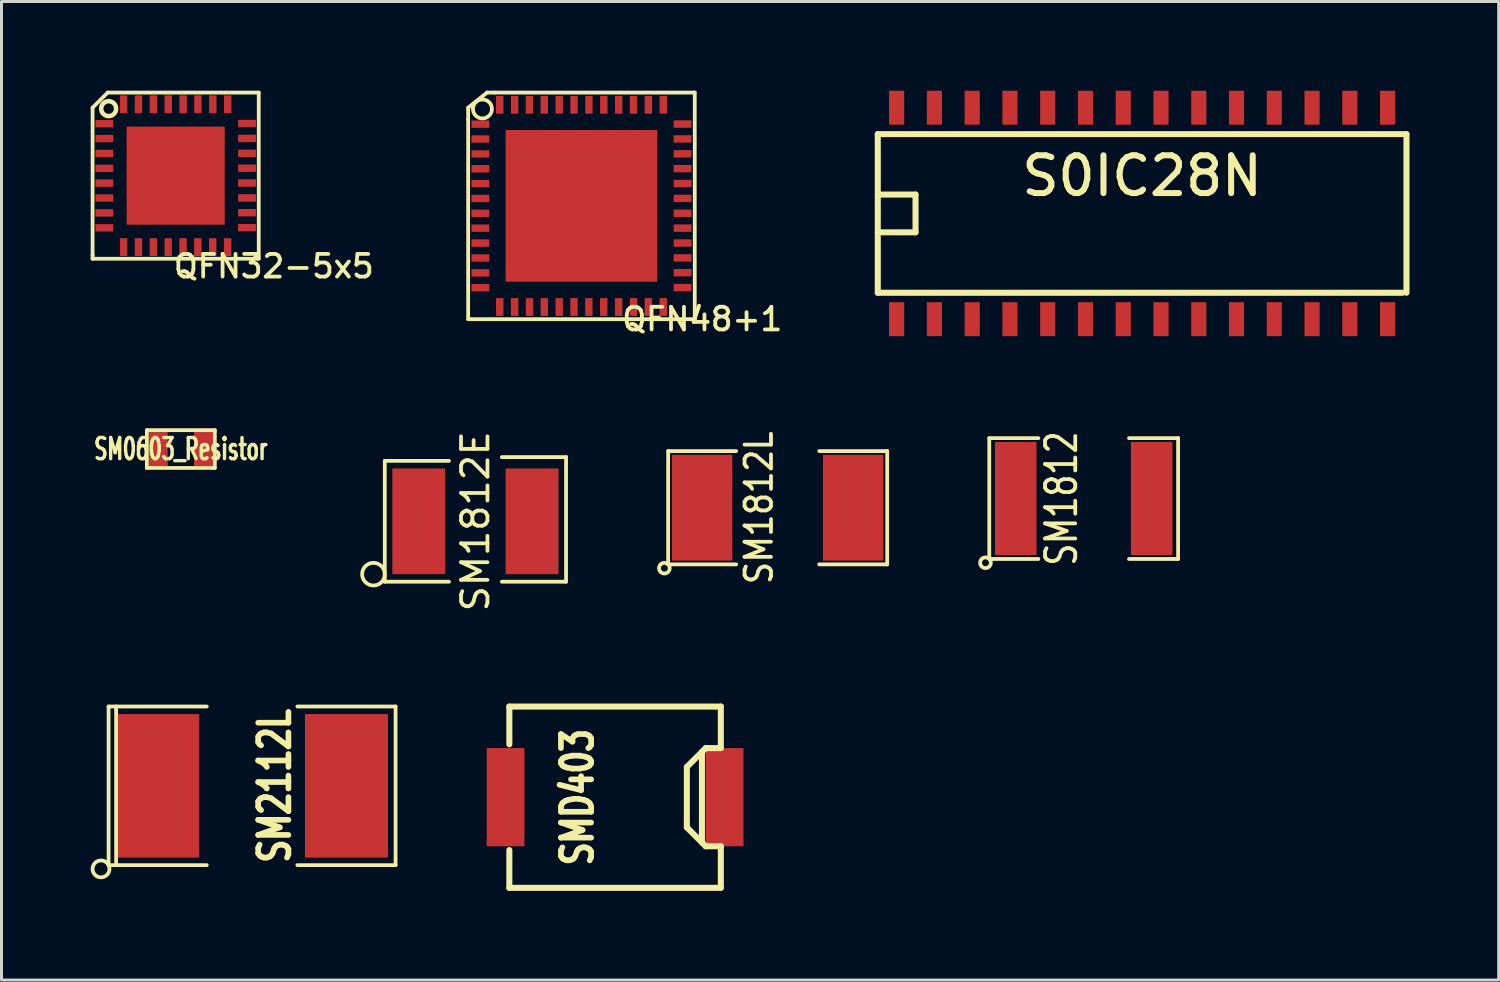
<source format=kicad_pcb>
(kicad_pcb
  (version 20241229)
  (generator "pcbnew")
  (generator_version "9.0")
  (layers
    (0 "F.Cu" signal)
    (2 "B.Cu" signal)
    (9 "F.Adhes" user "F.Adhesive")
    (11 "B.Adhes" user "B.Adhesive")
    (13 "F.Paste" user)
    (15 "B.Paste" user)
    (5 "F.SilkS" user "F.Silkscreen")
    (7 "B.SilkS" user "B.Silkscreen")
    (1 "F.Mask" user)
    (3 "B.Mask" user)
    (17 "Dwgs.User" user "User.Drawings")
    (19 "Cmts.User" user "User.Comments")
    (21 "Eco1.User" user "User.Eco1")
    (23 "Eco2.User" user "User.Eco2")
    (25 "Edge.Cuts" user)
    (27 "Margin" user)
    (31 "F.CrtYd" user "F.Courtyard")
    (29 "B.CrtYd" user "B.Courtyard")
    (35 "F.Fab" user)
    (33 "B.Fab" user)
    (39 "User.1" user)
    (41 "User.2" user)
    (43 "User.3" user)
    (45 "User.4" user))
  (footprint "SM0603_Resistor"
    (layer "F.Cu")
    (at 3.032 12.051)
    (property "Reference" "SM0603_Resistor" (at 0 0 0) (layer "F.SilkS") (effects (font (size 0.711 0.457) (thickness 0.114))))
    (attr smd)
    (fp_line (start -1.143 -0.635) (end 1.143 -0.635) (stroke (width 0.127) (type solid)) (layer "F.SilkS"))
    (fp_line (start -1.143 0.635) (end -1.143 -0.635) (stroke (width 0.127) (type solid)) (layer "F.SilkS"))
    (fp_line (start 1.143 -0.635) (end 1.143 0.635) (stroke (width 0.127) (type solid)) (layer "F.SilkS"))
    (fp_line (start 1.143 0.635) (end -1.143 0.635) (stroke (width 0.127) (type solid)) (layer "F.SilkS"))
    (pad "1" smd rect (at -0.762 0) (size 0.635 1.143) (layers "F.Cu" "F.Mask" "F.Paste"))
    (pad "2" smd rect (at 0.762 0) (size 0.635 1.143) (layers "F.Cu" "F.Mask" "F.Paste")))
  (footprint "SM1812E"
    (layer "F.Cu")
    (at 12.938 14.481)
    (property "Reference" "SM1812E" (at 0 0 90) (layer "F.SilkS") (effects (font (size 0.889 0.889) (thickness 0.127))))
    (attr smd)
    (fp_line (start -3.048 -2.032) (end -3.048 2.032) (stroke (width 0.127) (type solid)) (layer "F.SilkS"))
    (fp_line (start -3.048 2.032) (end -0.889 2.032) (stroke (width 0.127) (type solid)) (layer "F.SilkS"))
    (fp_line (start -0.889 -2.032) (end -3.048 -2.032) (stroke (width 0.127) (type solid)) (layer "F.SilkS"))
    (fp_line (start 0.889 -2.159) (end 3.048 -2.159) (stroke (width 0.127) (type solid)) (layer "F.SilkS"))
    (fp_line (start 3.048 -2.159) (end 3.048 2.032) (stroke (width 0.127) (type solid)) (layer "F.SilkS"))
    (fp_line (start 3.048 2.032) (end 0.889 2.032) (stroke (width 0.127) (type solid)) (layer "F.SilkS"))
    (fp_circle (center -3.429 1.778) (end -3.048 1.778) (stroke (width 0.127) (type solid)) (fill no) (layer "F.SilkS"))
    (pad "1" smd rect (at -1.905 0) (size 1.778 3.556) (layers "F.Cu" "F.Mask" "F.Paste"))
    (pad "2" smd rect (at 1.905 0) (size 1.778 3.556) (layers "F.Cu" "F.Mask" "F.Paste")))
  (footprint "QFN48+1"
    (layer "F.Cu")
    (at 16.504 3.873)
    (property "Reference" "QFN48+1" (at 4.064 3.81 0) (layer "F.SilkS") (effects (font (size 0.762 0.762) (thickness 0.127))))
    (attr smd)
    (fp_line (start -3.81 -3.302) (end -3.81 -2.921) (stroke (width 0.127) (type solid)) (layer "F.SilkS"))
    (fp_line (start -3.81 3.81) (end -3.81 -2.921) (stroke (width 0.127) (type solid)) (layer "F.SilkS"))
    (fp_line (start -3.175 -3.81) (end -3.81 -3.302) (stroke (width 0.127) (type solid)) (layer "F.SilkS"))
    (fp_line (start -2.921 -3.81) (end -3.175 -3.81) (stroke (width 0.127) (type solid)) (layer "F.SilkS"))
    (fp_line (start -2.921 -3.81) (end 3.81 -3.81) (stroke (width 0.127) (type solid)) (layer "F.SilkS"))
    (fp_line (start 3.81 -3.81) (end 3.81 3.81) (stroke (width 0.127) (type solid)) (layer "F.SilkS"))
    (fp_line (start 3.81 3.81) (end -3.81 3.81) (stroke (width 0.127) (type solid)) (layer "F.SilkS"))
    (fp_circle (center -3.33 -3.259) (end -3.432 -3.561) (stroke (width 0.127) (type solid)) (fill no) (layer "F.SilkS"))
    (pad "1" smd rect (at -3.399 -2.748) (size 0.599 0.249) (layers "F.Cu" "F.Mask" "F.Paste"))
    (pad "2" smd rect (at -3.399 -2.248) (size 0.599 0.249) (layers "F.Cu" "F.Mask" "F.Paste"))
    (pad "3" smd rect (at -3.399 -1.748) (size 0.599 0.249) (layers "F.Cu" "F.Mask" "F.Paste"))
    (pad "4" smd rect (at -3.399 -1.247) (size 0.599 0.249) (layers "F.Cu" "F.Mask" "F.Paste"))
    (pad "5" smd rect (at -3.399 -0.749) (size 0.599 0.249) (layers "F.Cu" "F.Mask" "F.Paste"))
    (pad "6" smd rect (at -3.399 -0.249) (size 0.599 0.249) (layers "F.Cu" "F.Mask" "F.Paste"))
    (pad "7" smd rect (at -3.399 0.251) (size 0.599 0.249) (layers "F.Cu" "F.Mask" "F.Paste"))
    (pad "8" smd rect (at -3.399 0.752) (size 0.599 0.249) (layers "F.Cu" "F.Mask" "F.Paste"))
    (pad "9" smd rect (at -3.399 1.252) (size 0.599 0.249) (layers "F.Cu" "F.Mask" "F.Paste"))
    (pad "10" smd rect (at -3.399 1.753) (size 0.599 0.249) (layers "F.Cu" "F.Mask" "F.Paste"))
    (pad "11" smd rect (at -3.399 2.253) (size 0.599 0.249) (layers "F.Cu" "F.Mask" "F.Paste"))
    (pad "12" smd rect (at -3.399 2.751) (size 0.599 0.249) (layers "F.Cu" "F.Mask" "F.Paste"))
    (pad "13" smd rect (at -2.748 3.401) (size 0.249 0.599) (layers "F.Cu" "F.Mask" "F.Paste"))
    (pad "14" smd rect (at -2.248 3.401) (size 0.249 0.599) (layers "F.Cu" "F.Mask" "F.Paste"))
    (pad "15" smd rect (at -1.748 3.401) (size 0.249 0.599) (layers "F.Cu" "F.Mask" "F.Paste"))
    (pad "16" smd rect (at -1.25 3.401) (size 0.249 0.599) (layers "F.Cu" "F.Mask" "F.Paste"))
    (pad "17" smd rect (at -0.749 3.401) (size 0.249 0.599) (layers "F.Cu" "F.Mask" "F.Paste"))
    (pad "18" smd rect (at -0.251 3.401) (size 0.249 0.599) (layers "F.Cu" "F.Mask" "F.Paste"))
    (pad "19" smd rect (at 0.249 3.401) (size 0.249 0.599) (layers "F.Cu" "F.Mask" "F.Paste"))
    (pad "20" smd rect (at 0.749 3.401) (size 0.249 0.599) (layers "F.Cu" "F.Mask" "F.Paste"))
    (pad "21" smd rect (at 1.25 3.401) (size 0.249 0.599) (layers "F.Cu" "F.Mask" "F.Paste"))
    (pad "22" smd rect (at 1.75 3.401) (size 0.249 0.599) (layers "F.Cu" "F.Mask" "F.Paste"))
    (pad "23" smd rect (at 2.25 3.401) (size 0.249 0.599) (layers "F.Cu" "F.Mask" "F.Paste"))
    (pad "24" smd rect (at 2.751 3.401) (size 0.249 0.599) (layers "F.Cu" "F.Mask" "F.Paste"))
    (pad "25" smd rect (at 3.399 2.748) (size 0.599 0.249) (layers "F.Cu" "F.Mask" "F.Paste"))
    (pad "26" smd rect (at 3.401 2.248) (size 0.599 0.249) (layers "F.Cu" "F.Mask" "F.Paste"))
    (pad "27" smd rect (at 3.401 1.75) (size 0.599 0.249) (layers "F.Cu" "F.Mask" "F.Paste"))
    (pad "28" smd rect (at 3.401 1.25) (size 0.599 0.249) (layers "F.Cu" "F.Mask" "F.Paste"))
    (pad "29" smd rect (at 3.401 0.749) (size 0.599 0.249) (layers "F.Cu" "F.Mask" "F.Paste"))
    (pad "30" smd rect (at 3.401 0.249) (size 0.599 0.249) (layers "F.Cu" "F.Mask" "F.Paste"))
    (pad "31" smd rect (at 3.401 -0.251) (size 0.599 0.249) (layers "F.Cu" "F.Mask" "F.Paste"))
    (pad "32" smd rect (at 3.401 -0.752) (size 0.599 0.249) (layers "F.Cu" "F.Mask" "F.Paste"))
    (pad "33" smd rect (at 3.399 -1.252) (size 0.599 0.249) (layers "F.Cu" "F.Mask" "F.Paste"))
    (pad "34" smd rect (at 3.399 -1.75) (size 0.599 0.249) (layers "F.Cu" "F.Mask" "F.Paste"))
    (pad "35" smd rect (at 3.399 -2.25) (size 0.599 0.249) (layers "F.Cu" "F.Mask" "F.Paste"))
    (pad "36" smd rect (at 3.399 -2.751) (size 0.599 0.249) (layers "F.Cu" "F.Mask" "F.Paste"))
    (pad "37" smd rect (at 2.751 -3.399) (size 0.249 0.599) (layers "F.Cu" "F.Mask" "F.Paste"))
    (pad "38" smd rect (at 2.25 -3.399) (size 0.249 0.599) (layers "F.Cu" "F.Mask" "F.Paste"))
    (pad "39" smd rect (at 1.75 -3.399) (size 0.249 0.599) (layers "F.Cu" "F.Mask" "F.Paste"))
    (pad "40" smd rect (at 1.252 -3.399) (size 0.249 0.599) (layers "F.Cu" "F.Mask" "F.Paste"))
    (pad "41" smd rect (at 0.752 -3.399) (size 0.249 0.599) (layers "F.Cu" "F.Mask" "F.Paste"))
    (pad "42" smd rect (at 0.251 -3.399) (size 0.249 0.599) (layers "F.Cu" "F.Mask" "F.Paste"))
    (pad "43" smd rect (at -0.249 -3.399) (size 0.249 0.599) (layers "F.Cu" "F.Mask" "F.Paste"))
    (pad "44" smd rect (at -0.749 -3.399) (size 0.249 0.599) (layers "F.Cu" "F.Mask" "F.Paste"))
    (pad "45" smd rect (at -1.25 -3.399) (size 0.249 0.599) (layers "F.Cu" "F.Mask" "F.Paste"))
    (pad "46" smd rect (at -1.75 -3.399) (size 0.249 0.599) (layers "F.Cu" "F.Mask" "F.Paste"))
    (pad "47" smd rect (at -2.248 -3.399) (size 0.249 0.599) (layers "F.Cu" "F.Mask" "F.Paste"))
    (pad "48" smd rect (at -2.748 -3.399) (size 0.249 0.599) (layers "F.Cu" "F.Mask" "F.Paste"))
    (pad "49" smd rect (at 0 0) (size 5.1 5.1) (layers "F.Cu" "F.Mask" "F.Paste")))
  (footprint "SMD403"
    (layer "F.Cu")
    (at 17.635 23.759)
    (property "Reference" "SMD403" (at -1.265 0 90) (layer "F.SilkS") (effects (font (size 1.016 0.762) (thickness 0.203))))
    (attr smd)
    (fp_line (start -3.556 -3.048) (end -3.556 -1.778) (stroke (width 0.203) (type solid)) (layer "F.SilkS"))
    (fp_line (start -3.556 -3.048) (end 3.556 -3.048) (stroke (width 0.203) (type solid)) (layer "F.SilkS"))
    (fp_line (start -3.556 3.048) (end -3.556 1.778) (stroke (width 0.203) (type solid)) (layer "F.SilkS"))
    (fp_line (start 2.413 1.016) (end 2.413 -1.016) (stroke (width 0.203) (type solid)) (layer "F.SilkS"))
    (fp_line (start 2.921 -1.524) (end 2.921 1.524) (stroke (width 0.203) (type solid)) (layer "F.SilkS"))
    (fp_line (start 3.048 -1.651) (end 2.413 -1.016) (stroke (width 0.203) (type solid)) (layer "F.SilkS"))
    (fp_line (start 3.048 1.651) (end 2.413 1.016) (stroke (width 0.203) (type solid)) (layer "F.SilkS"))
    (fp_line (start 3.556 -1.651) (end 3.048 -1.651) (stroke (width 0.203) (type solid)) (layer "F.SilkS"))
    (fp_line (start 3.556 -1.651) (end 3.556 -3.048) (stroke (width 0.203) (type solid)) (layer "F.SilkS"))
    (fp_line (start 3.556 1.651) (end 3.048 1.651) (stroke (width 0.203) (type solid)) (layer "F.SilkS"))
    (fp_line (start 3.556 3.048) (end -3.556 3.048) (stroke (width 0.203) (type solid)) (layer "F.SilkS"))
    (fp_line (start 3.556 3.048) (end 3.556 1.651) (stroke (width 0.203) (type solid)) (layer "F.SilkS"))
    (pad "1" smd rect (at -3.683 0) (size 1.27 3.302) (layers "F.Cu" "F.Mask" "F.Paste"))
    (pad "2" smd rect (at 3.683 0) (size 1.27 3.302) (layers "F.Cu" "F.Mask" "F.Paste")))
  (footprint "SM1812"
    (layer "F.Cu")
    (at 33.394 13.716)
    (property "Reference" "SM1812" (at -0.747 0 90) (layer "F.SilkS") (effects (font (size 1.016 0.762) (thickness 0.127))))
    (attr smd)
    (fp_line (start -3.175 -2.032) (end -3.175 2.032) (stroke (width 0.127) (type solid)) (layer "F.SilkS"))
    (fp_line (start -3.175 2.032) (end -1.524 2.032) (stroke (width 0.127) (type solid)) (layer "F.SilkS"))
    (fp_line (start -1.524 -2.032) (end -3.175 -2.032) (stroke (width 0.127) (type solid)) (layer "F.SilkS"))
    (fp_line (start 1.524 2.032) (end 3.175 2.032) (stroke (width 0.127) (type solid)) (layer "F.SilkS"))
    (fp_line (start 3.175 -2.032) (end 1.524 -2.032) (stroke (width 0.127) (type solid)) (layer "F.SilkS"))
    (fp_line (start 3.175 2.032) (end 3.175 -2.032) (stroke (width 0.127) (type solid)) (layer "F.SilkS"))
    (fp_circle (center -3.302 2.159) (end -3.175 2.032) (stroke (width 0.127) (type solid)) (fill no) (layer "F.SilkS"))
    (pad "1" smd rect (at -2.286 0) (size 1.397 3.81) (layers "F.Cu" "F.Mask" "F.Paste"))
    (pad "2" smd rect (at 2.286 0) (size 1.397 3.81) (layers "F.Cu" "F.Mask" "F.Paste")))
  (footprint "S0IC28N"
    (layer "F.Cu")
    (at 35.359 4.128)
    (property "Reference" "S0IC28N" (at 0 -1.262 0) (layer "F.SilkS") (effects (font (size 1.27 1.27) (thickness 0.203))))
    (attr smd)
    (fp_line (start -8.89 -2.667) (end -8.89 2.667) (stroke (width 0.203) (type solid)) (layer "F.SilkS"))
    (fp_line (start -8.89 -2.667) (end 8.89 -2.667) (stroke (width 0.203) (type solid)) (layer "F.SilkS"))
    (fp_line (start -8.89 -0.635) (end -7.62 -0.635) (stroke (width 0.203) (type solid)) (layer "F.SilkS"))
    (fp_line (start -7.62 -0.635) (end -7.62 0.635) (stroke (width 0.203) (type solid)) (layer "F.SilkS"))
    (fp_line (start -7.62 0.635) (end -8.89 0.635) (stroke (width 0.203) (type solid)) (layer "F.SilkS"))
    (fp_line (start 8.763 2.667) (end -8.89 2.667) (stroke (width 0.203) (type solid)) (layer "F.SilkS"))
    (fp_line (start 8.89 2.667) (end 8.89 -2.667) (stroke (width 0.203) (type solid)) (layer "F.SilkS"))
    (pad "1" smd rect (at -8.255 3.556) (size 0.508 1.143) (layers "F.Cu" "F.Mask" "F.Paste"))
    (pad "2" smd rect (at -6.985 3.556) (size 0.508 1.143) (layers "F.Cu" "F.Mask" "F.Paste"))
    (pad "3" smd rect (at -5.715 3.556) (size 0.508 1.143) (layers "F.Cu" "F.Mask" "F.Paste"))
    (pad "4" smd rect (at -4.445 3.556) (size 0.508 1.143) (layers "F.Cu" "F.Mask" "F.Paste"))
    (pad "5" smd rect (at -3.175 3.556) (size 0.508 1.143) (layers "F.Cu" "F.Mask" "F.Paste"))
    (pad "6" smd rect (at -1.905 3.556) (size 0.508 1.143) (layers "F.Cu" "F.Mask" "F.Paste"))
    (pad "7" smd rect (at -0.635 3.556) (size 0.508 1.143) (layers "F.Cu" "F.Mask" "F.Paste"))
    (pad "8" smd rect (at 0.635 3.556) (size 0.508 1.143) (layers "F.Cu" "F.Mask" "F.Paste"))
    (pad "9" smd rect (at 1.905 3.556) (size 0.508 1.143) (layers "F.Cu" "F.Mask" "F.Paste"))
    (pad "10" smd rect (at 3.175 3.556) (size 0.508 1.143) (layers "F.Cu" "F.Mask" "F.Paste"))
    (pad "11" smd rect (at 4.445 3.556) (size 0.508 1.143) (layers "F.Cu" "F.Mask" "F.Paste"))
    (pad "12" smd rect (at 5.715 3.556) (size 0.508 1.143) (layers "F.Cu" "F.Mask" "F.Paste"))
    (pad "13" smd rect (at 6.985 3.556) (size 0.508 1.143) (layers "F.Cu" "F.Mask" "F.Paste"))
    (pad "14" smd rect (at 8.255 3.556) (size 0.508 1.143) (layers "F.Cu" "F.Mask" "F.Paste"))
    (pad "15" smd rect (at 8.255 -3.556) (size 0.508 1.143) (layers "F.Cu" "F.Mask" "F.Paste"))
    (pad "16" smd rect (at 6.985 -3.556) (size 0.508 1.143) (layers "F.Cu" "F.Mask" "F.Paste"))
    (pad "17" smd rect (at 5.715 -3.556) (size 0.508 1.143) (layers "F.Cu" "F.Mask" "F.Paste"))
    (pad "18" smd rect (at 4.445 -3.556) (size 0.508 1.143) (layers "F.Cu" "F.Mask" "F.Paste"))
    (pad "19" smd rect (at 3.175 -3.556) (size 0.508 1.143) (layers "F.Cu" "F.Mask" "F.Paste"))
    (pad "20" smd rect (at 1.905 -3.556) (size 0.508 1.143) (layers "F.Cu" "F.Mask" "F.Paste"))
    (pad "21" smd rect (at 0.635 -3.556) (size 0.508 1.143) (layers "F.Cu" "F.Mask" "F.Paste"))
    (pad "22" smd rect (at -0.635 -3.556) (size 0.508 1.143) (layers "F.Cu" "F.Mask" "F.Paste"))
    (pad "23" smd rect (at -1.905 -3.556) (size 0.508 1.143) (layers "F.Cu" "F.Mask" "F.Paste"))
    (pad "24" smd rect (at -3.175 -3.556) (size 0.508 1.143) (layers "F.Cu" "F.Mask" "F.Paste"))
    (pad "25" smd rect (at -4.445 -3.556) (size 0.508 1.143) (layers "F.Cu" "F.Mask" "F.Paste"))
    (pad "26" smd rect (at -5.715 -3.556) (size 0.508 1.143) (layers "F.Cu" "F.Mask" "F.Paste"))
    (pad "27" smd rect (at -6.985 -3.556) (size 0.508 1.143) (layers "F.Cu" "F.Mask" "F.Paste"))
    (pad "28" smd rect (at -8.255 -3.556) (size 0.508 1.143) (layers "F.Cu" "F.Mask" "F.Paste")))
  (footprint "QFN32-5x5"
    (layer "F.Cu")
    (at 2.857 2.857)
    (property "Reference" "QFN32-5x5" (at 3.302 3.048 0) (layer "F.SilkS") (effects (font (size 0.762 0.762) (thickness 0.127))))
    (attr smd)
    (fp_line (start -2.794 -2.286) (end -2.286 -2.794) (stroke (width 0.127) (type solid)) (layer "F.SilkS"))
    (fp_line (start -2.794 2.667) (end -2.794 -2.286) (stroke (width 0.127) (type solid)) (layer "F.SilkS"))
    (fp_line (start -2.794 2.794) (end -2.794 2.667) (stroke (width 0.127) (type solid)) (layer "F.SilkS"))
    (fp_line (start -2.286 -2.794) (end 2.794 -2.794) (stroke (width 0.127) (type solid)) (layer "F.SilkS"))
    (fp_line (start 2.794 -2.794) (end 2.794 2.794) (stroke (width 0.127) (type solid)) (layer "F.SilkS"))
    (fp_line (start 2.794 2.794) (end -2.794 2.794) (stroke (width 0.127) (type solid)) (layer "F.SilkS"))
    (fp_circle (center -2.253 -2.253) (end -2.253 -2.504) (stroke (width 0.152) (type solid)) (fill no) (layer "F.SilkS"))
    (pad "1" smd rect (at -2.398 -1.748) (size 0.599 0.249) (layers "F.Cu" "F.Mask" "F.Paste"))
    (pad "2" smd rect (at -2.398 -1.247) (size 0.599 0.249) (layers "F.Cu" "F.Mask" "F.Paste"))
    (pad "3" smd rect (at -2.398 -0.747) (size 0.599 0.249) (layers "F.Cu" "F.Mask" "F.Paste"))
    (pad "4" smd rect (at -2.398 -0.246) (size 0.599 0.249) (layers "F.Cu" "F.Mask" "F.Paste"))
    (pad "5" smd rect (at -2.398 0.251) (size 0.599 0.249) (layers "F.Cu" "F.Mask" "F.Paste"))
    (pad "6" smd rect (at -2.398 0.752) (size 0.599 0.249) (layers "F.Cu" "F.Mask" "F.Paste"))
    (pad "7" smd rect (at -2.398 1.252) (size 0.599 0.249) (layers "F.Cu" "F.Mask" "F.Paste"))
    (pad "8" smd rect (at -2.398 1.753) (size 0.599 0.249) (layers "F.Cu" "F.Mask" "F.Paste"))
    (pad "9" smd rect (at -1.75 2.403) (size 0.249 0.599) (layers "F.Cu" "F.Mask" "F.Paste"))
    (pad "10" smd rect (at -1.25 2.403) (size 0.249 0.599) (layers "F.Cu" "F.Mask" "F.Paste"))
    (pad "11" smd rect (at -0.749 2.403) (size 0.249 0.599) (layers "F.Cu" "F.Mask" "F.Paste"))
    (pad "12" smd rect (at -0.251 2.403) (size 0.249 0.599) (layers "F.Cu" "F.Mask" "F.Paste"))
    (pad "13" smd rect (at 0.249 2.403) (size 0.249 0.599) (layers "F.Cu" "F.Mask" "F.Paste"))
    (pad "14" smd rect (at 0.747 2.403) (size 0.249 0.599) (layers "F.Cu" "F.Mask" "F.Paste"))
    (pad "15" smd rect (at 1.247 2.403) (size 0.249 0.599) (layers "F.Cu" "F.Mask" "F.Paste"))
    (pad "16" smd rect (at 1.748 2.403) (size 0.249 0.599) (layers "F.Cu" "F.Mask" "F.Paste"))
    (pad "17" smd rect (at 2.398 1.748) (size 0.599 0.249) (layers "F.Cu" "F.Mask" "F.Paste"))
    (pad "18" smd rect (at 2.4 1.247) (size 0.599 0.249) (layers "F.Cu" "F.Mask" "F.Paste"))
    (pad "19" smd rect (at 2.4 0.749) (size 0.599 0.249) (layers "F.Cu" "F.Mask" "F.Paste"))
    (pad "20" smd rect (at 2.4 0.249) (size 0.599 0.249) (layers "F.Cu" "F.Mask" "F.Paste"))
    (pad "21" smd rect (at 2.4 -0.251) (size 0.599 0.249) (layers "F.Cu" "F.Mask" "F.Paste"))
    (pad "22" smd rect (at 2.4 -0.752) (size 0.599 0.249) (layers "F.Cu" "F.Mask" "F.Paste"))
    (pad "23" smd rect (at 2.4 -1.252) (size 0.599 0.249) (layers "F.Cu" "F.Mask" "F.Paste"))
    (pad "24" smd rect (at 2.4 -1.753) (size 0.599 0.249) (layers "F.Cu" "F.Mask" "F.Paste"))
    (pad "25" smd rect (at 1.75 -2.4) (size 0.249 0.599) (layers "F.Cu" "F.Mask" "F.Paste"))
    (pad "26" smd rect (at 1.25 -2.4) (size 0.249 0.599) (layers "F.Cu" "F.Mask" "F.Paste"))
    (pad "27" smd rect (at 0.749 -2.4) (size 0.249 0.599) (layers "F.Cu" "F.Mask" "F.Paste"))
    (pad "28" smd rect (at 0.251 -2.4) (size 0.249 0.599) (layers "F.Cu" "F.Mask" "F.Paste"))
    (pad "29" smd rect (at -0.249 -2.4) (size 0.249 0.599) (layers "F.Cu" "F.Mask" "F.Paste"))
    (pad "30" smd rect (at -0.749 -2.4) (size 0.249 0.599) (layers "F.Cu" "F.Mask" "F.Paste"))
    (pad "31" smd rect (at -1.25 -2.4) (size 0.249 0.599) (layers "F.Cu" "F.Mask" "F.Paste"))
    (pad "32" smd rect (at -1.75 -2.4) (size 0.249 0.599) (layers "F.Cu" "F.Mask" "F.Paste"))
    (pad "33" smd rect (at 0 0) (size 3.299 3.299) (layers "F.Cu" "F.Mask" "F.Paste")))
  (footprint "SM2112L"
    (layer "F.Cu")
    (at 5.427 23.377)
    (property "Reference" "SM2112L" (at 0.762 0 90) (layer "F.SilkS") (effects (font (size 1.016 0.762) (thickness 0.203))))
    (attr smd)
    (fp_line (start -4.826 -2.667) (end -4.826 2.667) (stroke (width 0.127) (type solid)) (layer "F.SilkS"))
    (fp_line (start -4.572 -2.667) (end -4.572 2.667) (stroke (width 0.127) (type solid)) (layer "F.SilkS"))
    (fp_line (start -1.524 -2.667) (end -4.826 -2.667) (stroke (width 0.127) (type solid)) (layer "F.SilkS"))
    (fp_line (start -1.524 2.667) (end -4.826 2.667) (stroke (width 0.127) (type solid)) (layer "F.SilkS"))
    (fp_line (start 1.524 -2.667) (end 4.826 -2.667) (stroke (width 0.127) (type solid)) (layer "F.SilkS"))
    (fp_line (start 4.826 -2.667) (end 4.826 2.667) (stroke (width 0.127) (type solid)) (layer "F.SilkS"))
    (fp_line (start 4.826 2.667) (end 1.524 2.667) (stroke (width 0.127) (type solid)) (layer "F.SilkS"))
    (fp_circle (center -5.08 2.794) (end -4.826 2.667) (stroke (width 0.127) (type solid)) (fill no) (layer "F.SilkS"))
    (pad "1" smd rect (at -3.175 0) (size 2.794 4.826) (layers "F.Cu" "F.Mask" "F.Paste"))
    (pad "2" smd rect (at 3.175 0) (size 2.794 4.826) (layers "F.Cu" "F.Mask" "F.Paste")))
  (footprint "SM1812L"
    (layer "F.Cu")
    (at 23.103 14.025)
    (property "Reference" "SM1812L" (at -0.63 0 90) (layer "F.SilkS") (effects (font (size 0.889 0.762) (thickness 0.127))))
    (attr smd)
    (fp_line (start -3.683 -1.905) (end -3.683 1.905) (stroke (width 0.127) (type solid)) (layer "F.SilkS"))
    (fp_line (start -3.683 1.905) (end -1.397 1.905) (stroke (width 0.127) (type solid)) (layer "F.SilkS"))
    (fp_line (start -1.397 -1.905) (end -3.683 -1.905) (stroke (width 0.127) (type solid)) (layer "F.SilkS"))
    (fp_line (start 1.397 1.905) (end 3.683 1.905) (stroke (width 0.127) (type solid)) (layer "F.SilkS"))
    (fp_line (start 3.683 -1.905) (end 1.397 -1.905) (stroke (width 0.127) (type solid)) (layer "F.SilkS"))
    (fp_line (start 3.683 1.905) (end 3.683 -1.905) (stroke (width 0.127) (type solid)) (layer "F.SilkS"))
    (fp_circle (center -3.81 2.032) (end -3.683 1.905) (stroke (width 0.127) (type solid)) (fill no) (layer "F.SilkS"))
    (pad "1" smd rect (at -2.54 0) (size 2.032 3.556) (layers "F.Cu" "F.Mask" "F.Paste"))
    (pad "2" smd rect (at 2.54 0) (size 2.032 3.556) (layers "F.Cu" "F.Mask" "F.Paste")))
  (gr_rect
    (start -3 -3)
    (end 47.35 29.908)
    (stroke (width 0.1) (type default))
    (fill no)
    (layer "Edge.Cuts")))
</source>
